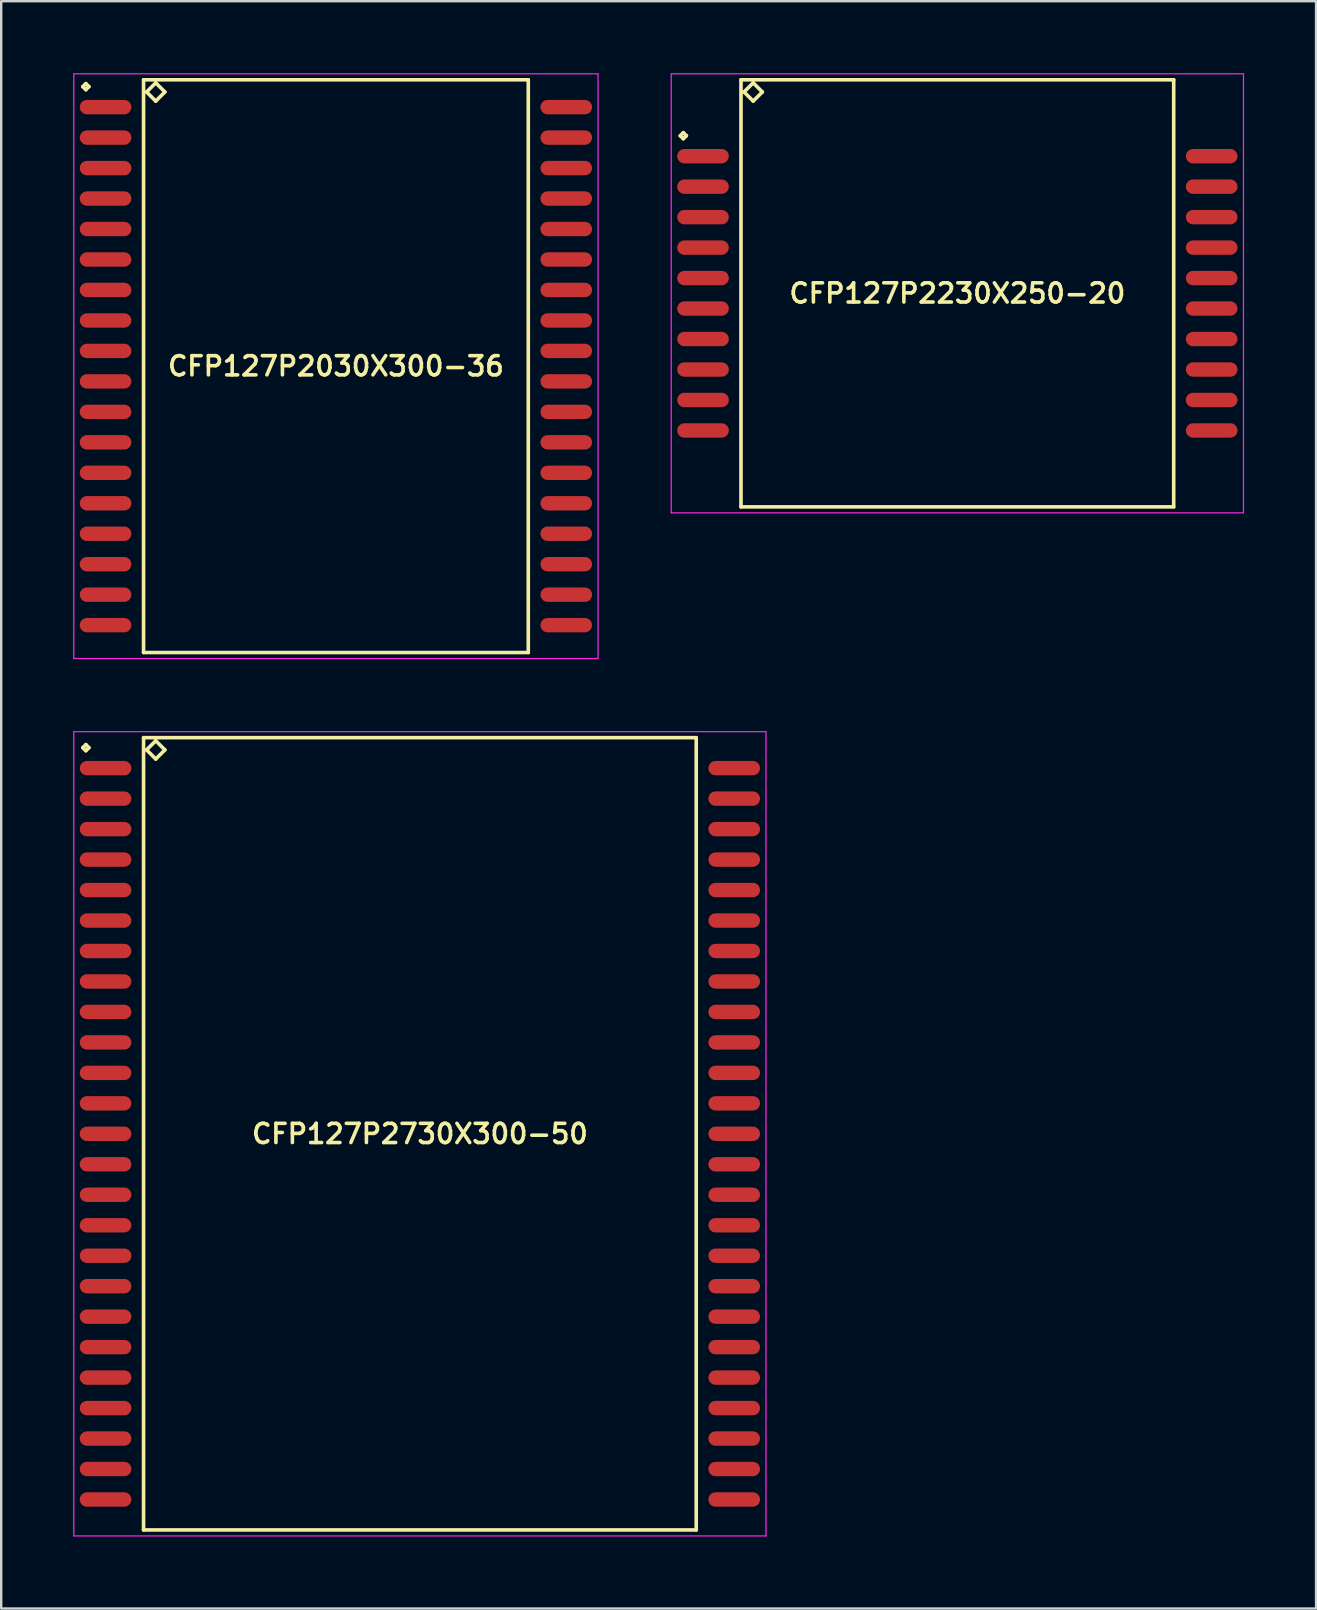
<source format=kicad_pcb>
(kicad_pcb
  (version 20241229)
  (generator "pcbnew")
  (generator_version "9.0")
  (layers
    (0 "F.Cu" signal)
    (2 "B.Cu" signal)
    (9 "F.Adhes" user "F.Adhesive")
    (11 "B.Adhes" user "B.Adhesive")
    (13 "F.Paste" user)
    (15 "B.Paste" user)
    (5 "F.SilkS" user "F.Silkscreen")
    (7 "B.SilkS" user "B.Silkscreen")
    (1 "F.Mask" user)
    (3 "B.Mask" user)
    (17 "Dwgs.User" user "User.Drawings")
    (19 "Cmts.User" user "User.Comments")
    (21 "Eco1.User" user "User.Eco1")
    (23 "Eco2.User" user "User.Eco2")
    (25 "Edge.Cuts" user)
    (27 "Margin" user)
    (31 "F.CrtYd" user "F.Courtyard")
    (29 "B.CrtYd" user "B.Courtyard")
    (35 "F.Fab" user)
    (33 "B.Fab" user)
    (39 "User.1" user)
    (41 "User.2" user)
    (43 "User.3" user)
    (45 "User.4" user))
  (footprint "CFP127P2730X300-50"
    (layer "F.Cu")
    (at 14.45 44.205)
    (property "Reference" "CFP127P2730X300-50" (at 0 0 0) (layer "F.SilkS") (effects (font (size 0.8 0.8) (thickness 0.15))))
    (attr smd)
    (fp_line (start -14.048 -16.094) (end -13.921 -16.221) (stroke (width 0.15) (type solid)) (layer "F.SilkS"))
    (fp_line (start -13.921 -16.221) (end -13.794 -16.094) (stroke (width 0.15) (type solid)) (layer "F.SilkS"))
    (fp_line (start -13.921 -15.967) (end -14.048 -16.094) (stroke (width 0.15) (type solid)) (layer "F.SilkS"))
    (fp_line (start -13.794 -16.094) (end -13.921 -15.967) (stroke (width 0.15) (type solid)) (layer "F.SilkS"))
    (fp_line (start -11.517 -16.51) (end -11.517 16.51) (stroke (width 0.15) (type solid)) (layer "F.SilkS"))
    (fp_line (start -11.517 16.51) (end 11.517 16.51) (stroke (width 0.15) (type solid)) (layer "F.SilkS"))
    (fp_line (start -11.39 -16.002) (end -11.009 -16.383) (stroke (width 0.15) (type solid)) (layer "F.SilkS"))
    (fp_line (start -11.009 -16.383) (end -10.628 -16.002) (stroke (width 0.15) (type solid)) (layer "F.SilkS"))
    (fp_line (start -11.009 -15.621) (end -11.39 -16.002) (stroke (width 0.15) (type solid)) (layer "F.SilkS"))
    (fp_line (start -10.628 -16.002) (end -11.009 -15.621) (stroke (width 0.15) (type solid)) (layer "F.SilkS"))
    (fp_line (start 11.517 -16.51) (end -11.517 -16.51) (stroke (width 0.15) (type solid)) (layer "F.SilkS"))
    (fp_line (start 11.517 16.51) (end 11.517 -16.51) (stroke (width 0.15) (type solid)) (layer "F.SilkS"))
    (fp_line (start -14.425 -16.76) (end 14.425 -16.76) (stroke (width 0.05) (type solid)) (layer "F.CrtYd"))
    (fp_line (start -14.425 16.76) (end -14.425 -16.76) (stroke (width 0.05) (type solid)) (layer "F.CrtYd"))
    (fp_line (start 14.425 -16.76) (end 14.425 16.76) (stroke (width 0.05) (type solid)) (layer "F.CrtYd"))
    (fp_line (start 14.425 16.76) (end -14.425 16.76) (stroke (width 0.05) (type solid)) (layer "F.CrtYd"))
    (pad "1" smd oval (at -13.1 -15.24) (size 2.15 0.6) (layers "F.Cu" "F.Mask" "F.Paste"))
    (pad "2" smd oval (at -13.1 -13.97) (size 2.15 0.6) (layers "F.Cu" "F.Mask" "F.Paste"))
    (pad "3" smd oval (at -13.1 -12.7) (size 2.15 0.6) (layers "F.Cu" "F.Mask" "F.Paste"))
    (pad "4" smd oval (at -13.1 -11.43) (size 2.15 0.6) (layers "F.Cu" "F.Mask" "F.Paste"))
    (pad "5" smd oval (at -13.1 -10.16) (size 2.15 0.6) (layers "F.Cu" "F.Mask" "F.Paste"))
    (pad "6" smd oval (at -13.1 -8.89) (size 2.15 0.6) (layers "F.Cu" "F.Mask" "F.Paste"))
    (pad "7" smd oval (at -13.1 -7.62) (size 2.15 0.6) (layers "F.Cu" "F.Mask" "F.Paste"))
    (pad "8" smd oval (at -13.1 -6.35) (size 2.15 0.6) (layers "F.Cu" "F.Mask" "F.Paste"))
    (pad "9" smd oval (at -13.1 -5.08) (size 2.15 0.6) (layers "F.Cu" "F.Mask" "F.Paste"))
    (pad "10" smd oval (at -13.1 -3.81) (size 2.15 0.6) (layers "F.Cu" "F.Mask" "F.Paste"))
    (pad "11" smd oval (at -13.1 -2.54) (size 2.15 0.6) (layers "F.Cu" "F.Mask" "F.Paste"))
    (pad "12" smd oval (at -13.1 -1.27) (size 2.15 0.6) (layers "F.Cu" "F.Mask" "F.Paste"))
    (pad "13" smd oval (at -13.1 0) (size 2.15 0.6) (layers "F.Cu" "F.Mask" "F.Paste"))
    (pad "14" smd oval (at -13.1 1.27) (size 2.15 0.6) (layers "F.Cu" "F.Mask" "F.Paste"))
    (pad "15" smd oval (at -13.1 2.54) (size 2.15 0.6) (layers "F.Cu" "F.Mask" "F.Paste"))
    (pad "16" smd oval (at -13.1 3.81) (size 2.15 0.6) (layers "F.Cu" "F.Mask" "F.Paste"))
    (pad "17" smd oval (at -13.1 5.08) (size 2.15 0.6) (layers "F.Cu" "F.Mask" "F.Paste"))
    (pad "18" smd oval (at -13.1 6.35) (size 2.15 0.6) (layers "F.Cu" "F.Mask" "F.Paste"))
    (pad "19" smd oval (at -13.1 7.62) (size 2.15 0.6) (layers "F.Cu" "F.Mask" "F.Paste"))
    (pad "20" smd oval (at -13.1 8.89) (size 2.15 0.6) (layers "F.Cu" "F.Mask" "F.Paste"))
    (pad "21" smd oval (at -13.1 10.16) (size 2.15 0.6) (layers "F.Cu" "F.Mask" "F.Paste"))
    (pad "22" smd oval (at -13.1 11.43) (size 2.15 0.6) (layers "F.Cu" "F.Mask" "F.Paste"))
    (pad "23" smd oval (at -13.1 12.7) (size 2.15 0.6) (layers "F.Cu" "F.Mask" "F.Paste"))
    (pad "24" smd oval (at -13.1 13.97) (size 2.15 0.6) (layers "F.Cu" "F.Mask" "F.Paste"))
    (pad "25" smd oval (at -13.1 15.24) (size 2.15 0.6) (layers "F.Cu" "F.Mask" "F.Paste"))
    (pad "26" smd oval (at 13.1 15.24) (size 2.15 0.6) (layers "F.Cu" "F.Mask" "F.Paste"))
    (pad "27" smd oval (at 13.1 13.97) (size 2.15 0.6) (layers "F.Cu" "F.Mask" "F.Paste"))
    (pad "28" smd oval (at 13.1 12.7) (size 2.15 0.6) (layers "F.Cu" "F.Mask" "F.Paste"))
    (pad "29" smd oval (at 13.1 11.43) (size 2.15 0.6) (layers "F.Cu" "F.Mask" "F.Paste"))
    (pad "30" smd oval (at 13.1 10.16) (size 2.15 0.6) (layers "F.Cu" "F.Mask" "F.Paste"))
    (pad "31" smd oval (at 13.1 8.89) (size 2.15 0.6) (layers "F.Cu" "F.Mask" "F.Paste"))
    (pad "32" smd oval (at 13.1 7.62) (size 2.15 0.6) (layers "F.Cu" "F.Mask" "F.Paste"))
    (pad "33" smd oval (at 13.1 6.35) (size 2.15 0.6) (layers "F.Cu" "F.Mask" "F.Paste"))
    (pad "34" smd oval (at 13.1 5.08) (size 2.15 0.6) (layers "F.Cu" "F.Mask" "F.Paste"))
    (pad "35" smd oval (at 13.1 3.81) (size 2.15 0.6) (layers "F.Cu" "F.Mask" "F.Paste"))
    (pad "36" smd oval (at 13.1 2.54) (size 2.15 0.6) (layers "F.Cu" "F.Mask" "F.Paste"))
    (pad "37" smd oval (at 13.1 1.27) (size 2.15 0.6) (layers "F.Cu" "F.Mask" "F.Paste"))
    (pad "38" smd oval (at 13.1 0) (size 2.15 0.6) (layers "F.Cu" "F.Mask" "F.Paste"))
    (pad "39" smd oval (at 13.1 -1.27) (size 2.15 0.6) (layers "F.Cu" "F.Mask" "F.Paste"))
    (pad "40" smd oval (at 13.1 -2.54) (size 2.15 0.6) (layers "F.Cu" "F.Mask" "F.Paste"))
    (pad "41" smd oval (at 13.1 -3.81) (size 2.15 0.6) (layers "F.Cu" "F.Mask" "F.Paste"))
    (pad "42" smd oval (at 13.1 -5.08) (size 2.15 0.6) (layers "F.Cu" "F.Mask" "F.Paste"))
    (pad "43" smd oval (at 13.1 -6.35) (size 2.15 0.6) (layers "F.Cu" "F.Mask" "F.Paste"))
    (pad "44" smd oval (at 13.1 -7.62) (size 2.15 0.6) (layers "F.Cu" "F.Mask" "F.Paste"))
    (pad "45" smd oval (at 13.1 -8.89) (size 2.15 0.6) (layers "F.Cu" "F.Mask" "F.Paste"))
    (pad "46" smd oval (at 13.1 -10.16) (size 2.15 0.6) (layers "F.Cu" "F.Mask" "F.Paste"))
    (pad "47" smd oval (at 13.1 -11.43) (size 2.15 0.6) (layers "F.Cu" "F.Mask" "F.Paste"))
    (pad "48" smd oval (at 13.1 -12.7) (size 2.15 0.6) (layers "F.Cu" "F.Mask" "F.Paste"))
    (pad "49" smd oval (at 13.1 -13.97) (size 2.15 0.6) (layers "F.Cu" "F.Mask" "F.Paste"))
    (pad "50" smd oval (at 13.1 -15.24) (size 2.15 0.6) (layers "F.Cu" "F.Mask" "F.Paste")))
  (footprint "CFP127P2230X250-20"
    (layer "F.Cu")
    (at 36.85 9.175)
    (property "Reference" "CFP127P2230X250-20" (at 0 0 0) (layer "F.SilkS") (effects (font (size 0.8 0.8) (thickness 0.15))))
    (attr smd)
    (fp_line (start -11.548 -6.569) (end -11.421 -6.696) (stroke (width 0.15) (type solid)) (layer "F.SilkS"))
    (fp_line (start -11.421 -6.696) (end -11.294 -6.569) (stroke (width 0.15) (type solid)) (layer "F.SilkS"))
    (fp_line (start -11.421 -6.442) (end -11.548 -6.569) (stroke (width 0.15) (type solid)) (layer "F.SilkS"))
    (fp_line (start -11.294 -6.569) (end -11.421 -6.442) (stroke (width 0.15) (type solid)) (layer "F.SilkS"))
    (fp_line (start -9.017 -8.9) (end -9.017 8.9) (stroke (width 0.15) (type solid)) (layer "F.SilkS"))
    (fp_line (start -9.017 8.9) (end 9.017 8.9) (stroke (width 0.15) (type solid)) (layer "F.SilkS"))
    (fp_line (start -8.89 -8.392) (end -8.509 -8.773) (stroke (width 0.15) (type solid)) (layer "F.SilkS"))
    (fp_line (start -8.509 -8.773) (end -8.128 -8.392) (stroke (width 0.15) (type solid)) (layer "F.SilkS"))
    (fp_line (start -8.509 -8.011) (end -8.89 -8.392) (stroke (width 0.15) (type solid)) (layer "F.SilkS"))
    (fp_line (start -8.128 -8.392) (end -8.509 -8.011) (stroke (width 0.15) (type solid)) (layer "F.SilkS"))
    (fp_line (start 9.017 -8.9) (end -9.017 -8.9) (stroke (width 0.15) (type solid)) (layer "F.SilkS"))
    (fp_line (start 9.017 8.9) (end 9.017 -8.9) (stroke (width 0.15) (type solid)) (layer "F.SilkS"))
    (fp_line (start -11.925 -9.15) (end 11.925 -9.15) (stroke (width 0.05) (type solid)) (layer "F.CrtYd"))
    (fp_line (start -11.925 9.15) (end -11.925 -9.15) (stroke (width 0.05) (type solid)) (layer "F.CrtYd"))
    (fp_line (start 11.925 -9.15) (end 11.925 9.15) (stroke (width 0.05) (type solid)) (layer "F.CrtYd"))
    (fp_line (start 11.925 9.15) (end -11.925 9.15) (stroke (width 0.05) (type solid)) (layer "F.CrtYd"))
    (pad "1" smd oval (at -10.6 -5.715) (size 2.15 0.6) (layers "F.Cu" "F.Mask" "F.Paste"))
    (pad "2" smd oval (at -10.6 -4.445) (size 2.15 0.6) (layers "F.Cu" "F.Mask" "F.Paste"))
    (pad "3" smd oval (at -10.6 -3.175) (size 2.15 0.6) (layers "F.Cu" "F.Mask" "F.Paste"))
    (pad "4" smd oval (at -10.6 -1.905) (size 2.15 0.6) (layers "F.Cu" "F.Mask" "F.Paste"))
    (pad "5" smd oval (at -10.6 -0.635) (size 2.15 0.6) (layers "F.Cu" "F.Mask" "F.Paste"))
    (pad "6" smd oval (at -10.6 0.635) (size 2.15 0.6) (layers "F.Cu" "F.Mask" "F.Paste"))
    (pad "7" smd oval (at -10.6 1.905) (size 2.15 0.6) (layers "F.Cu" "F.Mask" "F.Paste"))
    (pad "8" smd oval (at -10.6 3.175) (size 2.15 0.6) (layers "F.Cu" "F.Mask" "F.Paste"))
    (pad "9" smd oval (at -10.6 4.445) (size 2.15 0.6) (layers "F.Cu" "F.Mask" "F.Paste"))
    (pad "10" smd oval (at -10.6 5.715) (size 2.15 0.6) (layers "F.Cu" "F.Mask" "F.Paste"))
    (pad "11" smd oval (at 10.6 5.715) (size 2.15 0.6) (layers "F.Cu" "F.Mask" "F.Paste"))
    (pad "12" smd oval (at 10.6 4.445) (size 2.15 0.6) (layers "F.Cu" "F.Mask" "F.Paste"))
    (pad "13" smd oval (at 10.6 3.175) (size 2.15 0.6) (layers "F.Cu" "F.Mask" "F.Paste"))
    (pad "14" smd oval (at 10.6 1.905) (size 2.15 0.6) (layers "F.Cu" "F.Mask" "F.Paste"))
    (pad "15" smd oval (at 10.6 0.635) (size 2.15 0.6) (layers "F.Cu" "F.Mask" "F.Paste"))
    (pad "16" smd oval (at 10.6 -0.635) (size 2.15 0.6) (layers "F.Cu" "F.Mask" "F.Paste"))
    (pad "17" smd oval (at 10.6 -1.905) (size 2.15 0.6) (layers "F.Cu" "F.Mask" "F.Paste"))
    (pad "18" smd oval (at 10.6 -3.175) (size 2.15 0.6) (layers "F.Cu" "F.Mask" "F.Paste"))
    (pad "19" smd oval (at 10.6 -4.445) (size 2.15 0.6) (layers "F.Cu" "F.Mask" "F.Paste"))
    (pad "20" smd oval (at 10.6 -5.715) (size 2.15 0.6) (layers "F.Cu" "F.Mask" "F.Paste")))
  (footprint "CFP127P2030X300-36"
    (layer "F.Cu")
    (at 10.95 12.21)
    (property "Reference" "CFP127P2030X300-36" (at 0 0 0) (layer "F.SilkS") (effects (font (size 0.8 0.8) (thickness 0.15))))
    (attr smd)
    (fp_line (start -10.548 -11.649) (end -10.421 -11.776) (stroke (width 0.15) (type solid)) (layer "F.SilkS"))
    (fp_line (start -10.421 -11.776) (end -10.294 -11.649) (stroke (width 0.15) (type solid)) (layer "F.SilkS"))
    (fp_line (start -10.421 -11.522) (end -10.548 -11.649) (stroke (width 0.15) (type solid)) (layer "F.SilkS"))
    (fp_line (start -10.294 -11.649) (end -10.421 -11.522) (stroke (width 0.15) (type solid)) (layer "F.SilkS"))
    (fp_line (start -8.017 -11.935) (end -8.017 11.935) (stroke (width 0.15) (type solid)) (layer "F.SilkS"))
    (fp_line (start -8.017 11.935) (end 8.017 11.935) (stroke (width 0.15) (type solid)) (layer "F.SilkS"))
    (fp_line (start -7.89 -11.427) (end -7.509 -11.808) (stroke (width 0.15) (type solid)) (layer "F.SilkS"))
    (fp_line (start -7.509 -11.808) (end -7.128 -11.427) (stroke (width 0.15) (type solid)) (layer "F.SilkS"))
    (fp_line (start -7.509 -11.046) (end -7.89 -11.427) (stroke (width 0.15) (type solid)) (layer "F.SilkS"))
    (fp_line (start -7.128 -11.427) (end -7.509 -11.046) (stroke (width 0.15) (type solid)) (layer "F.SilkS"))
    (fp_line (start 8.017 -11.935) (end -8.017 -11.935) (stroke (width 0.15) (type solid)) (layer "F.SilkS"))
    (fp_line (start 8.017 11.935) (end 8.017 -11.935) (stroke (width 0.15) (type solid)) (layer "F.SilkS"))
    (fp_line (start -10.925 -12.185) (end 10.925 -12.185) (stroke (width 0.05) (type solid)) (layer "F.CrtYd"))
    (fp_line (start -10.925 12.185) (end -10.925 -12.185) (stroke (width 0.05) (type solid)) (layer "F.CrtYd"))
    (fp_line (start 10.925 -12.185) (end 10.925 12.185) (stroke (width 0.05) (type solid)) (layer "F.CrtYd"))
    (fp_line (start 10.925 12.185) (end -10.925 12.185) (stroke (width 0.05) (type solid)) (layer "F.CrtYd"))
    (pad "1" smd oval (at -9.6 -10.795) (size 2.15 0.6) (layers "F.Cu" "F.Mask" "F.Paste"))
    (pad "2" smd oval (at -9.6 -9.525) (size 2.15 0.6) (layers "F.Cu" "F.Mask" "F.Paste"))
    (pad "3" smd oval (at -9.6 -8.255) (size 2.15 0.6) (layers "F.Cu" "F.Mask" "F.Paste"))
    (pad "4" smd oval (at -9.6 -6.985) (size 2.15 0.6) (layers "F.Cu" "F.Mask" "F.Paste"))
    (pad "5" smd oval (at -9.6 -5.715) (size 2.15 0.6) (layers "F.Cu" "F.Mask" "F.Paste"))
    (pad "6" smd oval (at -9.6 -4.445) (size 2.15 0.6) (layers "F.Cu" "F.Mask" "F.Paste"))
    (pad "7" smd oval (at -9.6 -3.175) (size 2.15 0.6) (layers "F.Cu" "F.Mask" "F.Paste"))
    (pad "8" smd oval (at -9.6 -1.905) (size 2.15 0.6) (layers "F.Cu" "F.Mask" "F.Paste"))
    (pad "9" smd oval (at -9.6 -0.635) (size 2.15 0.6) (layers "F.Cu" "F.Mask" "F.Paste"))
    (pad "10" smd oval (at -9.6 0.635) (size 2.15 0.6) (layers "F.Cu" "F.Mask" "F.Paste"))
    (pad "11" smd oval (at -9.6 1.905) (size 2.15 0.6) (layers "F.Cu" "F.Mask" "F.Paste"))
    (pad "12" smd oval (at -9.6 3.175) (size 2.15 0.6) (layers "F.Cu" "F.Mask" "F.Paste"))
    (pad "13" smd oval (at -9.6 4.445) (size 2.15 0.6) (layers "F.Cu" "F.Mask" "F.Paste"))
    (pad "14" smd oval (at -9.6 5.715) (size 2.15 0.6) (layers "F.Cu" "F.Mask" "F.Paste"))
    (pad "15" smd oval (at -9.6 6.985) (size 2.15 0.6) (layers "F.Cu" "F.Mask" "F.Paste"))
    (pad "16" smd oval (at -9.6 8.255) (size 2.15 0.6) (layers "F.Cu" "F.Mask" "F.Paste"))
    (pad "17" smd oval (at -9.6 9.525) (size 2.15 0.6) (layers "F.Cu" "F.Mask" "F.Paste"))
    (pad "18" smd oval (at -9.6 10.795) (size 2.15 0.6) (layers "F.Cu" "F.Mask" "F.Paste"))
    (pad "19" smd oval (at 9.6 10.795) (size 2.15 0.6) (layers "F.Cu" "F.Mask" "F.Paste"))
    (pad "20" smd oval (at 9.6 9.525) (size 2.15 0.6) (layers "F.Cu" "F.Mask" "F.Paste"))
    (pad "21" smd oval (at 9.6 8.255) (size 2.15 0.6) (layers "F.Cu" "F.Mask" "F.Paste"))
    (pad "22" smd oval (at 9.6 6.985) (size 2.15 0.6) (layers "F.Cu" "F.Mask" "F.Paste"))
    (pad "23" smd oval (at 9.6 5.715) (size 2.15 0.6) (layers "F.Cu" "F.Mask" "F.Paste"))
    (pad "24" smd oval (at 9.6 4.445) (size 2.15 0.6) (layers "F.Cu" "F.Mask" "F.Paste"))
    (pad "25" smd oval (at 9.6 3.175) (size 2.15 0.6) (layers "F.Cu" "F.Mask" "F.Paste"))
    (pad "26" smd oval (at 9.6 1.905) (size 2.15 0.6) (layers "F.Cu" "F.Mask" "F.Paste"))
    (pad "27" smd oval (at 9.6 0.635) (size 2.15 0.6) (layers "F.Cu" "F.Mask" "F.Paste"))
    (pad "28" smd oval (at 9.6 -0.635) (size 2.15 0.6) (layers "F.Cu" "F.Mask" "F.Paste"))
    (pad "29" smd oval (at 9.6 -1.905) (size 2.15 0.6) (layers "F.Cu" "F.Mask" "F.Paste"))
    (pad "30" smd oval (at 9.6 -3.175) (size 2.15 0.6) (layers "F.Cu" "F.Mask" "F.Paste"))
    (pad "31" smd oval (at 9.6 -4.445) (size 2.15 0.6) (layers "F.Cu" "F.Mask" "F.Paste"))
    (pad "32" smd oval (at 9.6 -5.715) (size 2.15 0.6) (layers "F.Cu" "F.Mask" "F.Paste"))
    (pad "33" smd oval (at 9.6 -6.985) (size 2.15 0.6) (layers "F.Cu" "F.Mask" "F.Paste"))
    (pad "34" smd oval (at 9.6 -8.255) (size 2.15 0.6) (layers "F.Cu" "F.Mask" "F.Paste"))
    (pad "35" smd oval (at 9.6 -9.525) (size 2.15 0.6) (layers "F.Cu" "F.Mask" "F.Paste"))
    (pad "36" smd oval (at 9.6 -10.795) (size 2.15 0.6) (layers "F.Cu" "F.Mask" "F.Paste")))
  (gr_rect
    (start -3 -3)
    (end 51.8 63.99)
    (stroke (width 0.1) (type default))
    (fill no)
    (layer "Edge.Cuts")))
</source>
